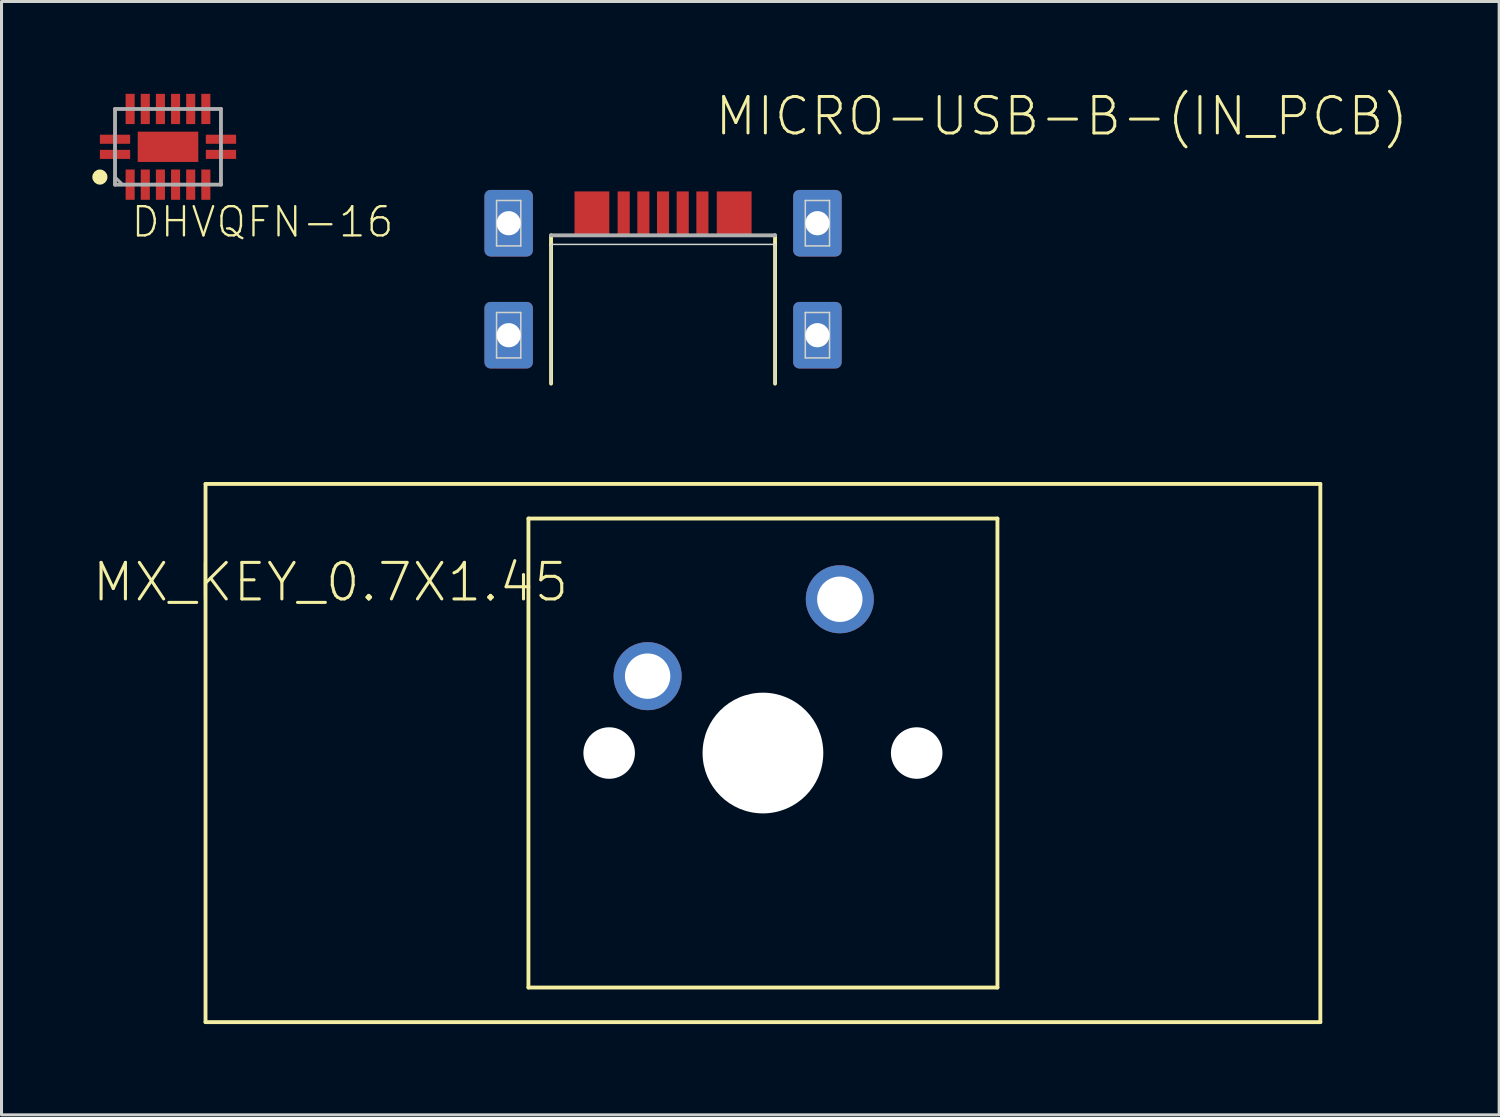
<source format=kicad_pcb>
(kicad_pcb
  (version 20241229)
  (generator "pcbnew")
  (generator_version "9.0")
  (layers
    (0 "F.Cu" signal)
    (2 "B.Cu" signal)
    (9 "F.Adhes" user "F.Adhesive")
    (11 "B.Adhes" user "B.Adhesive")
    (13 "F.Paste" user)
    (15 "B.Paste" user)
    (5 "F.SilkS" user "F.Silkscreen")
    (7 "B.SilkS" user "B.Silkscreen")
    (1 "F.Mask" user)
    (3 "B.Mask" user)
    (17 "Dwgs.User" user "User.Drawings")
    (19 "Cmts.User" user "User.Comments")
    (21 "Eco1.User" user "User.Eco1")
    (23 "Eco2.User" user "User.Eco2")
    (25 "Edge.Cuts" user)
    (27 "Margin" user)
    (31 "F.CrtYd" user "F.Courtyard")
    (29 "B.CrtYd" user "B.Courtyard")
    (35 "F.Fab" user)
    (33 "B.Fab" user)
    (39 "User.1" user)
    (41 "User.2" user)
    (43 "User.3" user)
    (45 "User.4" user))
  (footprint "MX_KEY_0.7X1.45"
    (layer "F.Cu")
    (at 22.155 21.828)
    (property "Reference" "MX_KEY_0.7X1.45" (at -6.35 -6.35 0) (layer "F.SilkS") (effects (font (size 1.206 1.206) (thickness 0.102)) (justify right top)))
    (attr through_hole)
    (fp_line (start -18.415 -8.89) (end 18.415 -8.89) (stroke (width 0.127) (type solid)) (layer "F.SilkS"))
    (fp_line (start -18.415 8.89) (end -18.415 -8.89) (stroke (width 0.127) (type solid)) (layer "F.SilkS"))
    (fp_line (start -7.747 -7.747) (end -7.747 7.747) (stroke (width 0.127) (type solid)) (layer "F.SilkS"))
    (fp_line (start -7.747 7.747) (end 7.747 7.747) (stroke (width 0.127) (type solid)) (layer "F.SilkS"))
    (fp_line (start 7.747 -7.747) (end -7.747 -7.747) (stroke (width 0.127) (type solid)) (layer "F.SilkS"))
    (fp_line (start 7.747 7.747) (end 7.747 -7.747) (stroke (width 0.127) (type solid)) (layer "F.SilkS"))
    (fp_line (start 18.415 -8.89) (end 18.415 8.89) (stroke (width 0.127) (type solid)) (layer "F.SilkS"))
    (fp_line (start 18.415 8.89) (end -18.415 8.89) (stroke (width 0.127) (type solid)) (layer "F.SilkS"))
    (pad "" np_thru_hole circle (at -5.08 0) (size 1.702 1.702) (drill 1.702) (layers "*.Cu" "*.Mask"))
    (pad "" np_thru_hole circle (at 0 0) (size 3.988 3.988) (drill 3.988) (layers "*.Cu" "*.Mask"))
    (pad "" np_thru_hole circle (at 5.08 0) (size 1.702 1.702) (drill 1.702) (layers "*.Cu" "*.Mask"))
    (pad "1" thru_hole circle (at -3.81 -2.54) (size 2.248 2.248) (drill 1.499) (layers "*.Cu" "*.Mask"))
    (pad "2" thru_hole circle (at 2.54 -5.08) (size 2.248 2.248) (drill 1.499) (layers "*.Cu" "*.Mask")))
  (footprint "DHVQFN-16"
    (layer "F.Cu")
    (at 2.5 1.8)
    (property "Reference" "DHVQFN-16" (at -1.27 3.048 0) (layer "F.SilkS") (effects (font (size 0.965 0.965) (thickness 0.077)) (justify left bottom)))
    (attr through_hole)
    (fp_poly (pts (xy -2.3 -0.05) (xy -1.2 -0.05) (xy -1.2 -0.45) (xy -2.3 -0.45)) (stroke (width 0) (type solid)) (fill yes) (layer "F.Mask"))
    (fp_poly (pts (xy -2.3 0.45) (xy -1.2 0.45) (xy -1.2 0.05) (xy -2.3 0.05)) (stroke (width 0) (type solid)) (fill yes) (layer "F.Mask"))
    (fp_poly (pts (xy -1.45 -0.7) (xy -1.05 -0.7) (xy -1.05 -1.8) (xy -1.45 -1.8)) (stroke (width 0) (type solid)) (fill yes) (layer "F.Mask"))
    (fp_poly (pts (xy -1.45 1.8) (xy -1.05 1.8) (xy -1.05 0.7) (xy -1.45 0.7)) (stroke (width 0) (type solid)) (fill yes) (layer "F.Mask"))
    (fp_poly (pts (xy -1.05 0.55) (xy 1.05 0.55) (xy 1.05 -0.55) (xy -1.05 -0.55)) (stroke (width 0) (type solid)) (fill yes) (layer "F.Mask"))
    (fp_poly (pts (xy -0.95 -0.7) (xy -0.55 -0.7) (xy -0.55 -1.8) (xy -0.95 -1.8)) (stroke (width 0) (type solid)) (fill yes) (layer "F.Mask"))
    (fp_poly (pts (xy -0.95 1.8) (xy -0.55 1.8) (xy -0.55 0.7) (xy -0.95 0.7)) (stroke (width 0) (type solid)) (fill yes) (layer "F.Mask"))
    (fp_poly (pts (xy -0.45 -0.7) (xy -0.05 -0.7) (xy -0.05 -1.8) (xy -0.45 -1.8)) (stroke (width 0) (type solid)) (fill yes) (layer "F.Mask"))
    (fp_poly (pts (xy -0.45 1.8) (xy -0.05 1.8) (xy -0.05 0.7) (xy -0.45 0.7)) (stroke (width 0) (type solid)) (fill yes) (layer "F.Mask"))
    (fp_poly (pts (xy 0.05 -0.7) (xy 0.45 -0.7) (xy 0.45 -1.8) (xy 0.05 -1.8)) (stroke (width 0) (type solid)) (fill yes) (layer "F.Mask"))
    (fp_poly (pts (xy 0.05 1.8) (xy 0.45 1.8) (xy 0.45 0.7) (xy 0.05 0.7)) (stroke (width 0) (type solid)) (fill yes) (layer "F.Mask"))
    (fp_poly (pts (xy 0.55 -0.7) (xy 0.95 -0.7) (xy 0.95 -1.8) (xy 0.55 -1.8)) (stroke (width 0) (type solid)) (fill yes) (layer "F.Mask"))
    (fp_poly (pts (xy 0.55 1.8) (xy 0.95 1.8) (xy 0.95 0.7) (xy 0.55 0.7)) (stroke (width 0) (type solid)) (fill yes) (layer "F.Mask"))
    (fp_poly (pts (xy 1.05 -0.7) (xy 1.45 -0.7) (xy 1.45 -1.8) (xy 1.05 -1.8)) (stroke (width 0) (type solid)) (fill yes) (layer "F.Mask"))
    (fp_poly (pts (xy 1.05 1.8) (xy 1.45 1.8) (xy 1.45 0.7) (xy 1.05 0.7)) (stroke (width 0) (type solid)) (fill yes) (layer "F.Mask"))
    (fp_poly (pts (xy 1.2 -0.05) (xy 2.3 -0.05) (xy 2.3 -0.45) (xy 1.2 -0.45)) (stroke (width 0) (type solid)) (fill yes) (layer "F.Mask"))
    (fp_poly (pts (xy 1.2 0.45) (xy 2.3 0.45) (xy 2.3 0.05) (xy 1.2 0.05)) (stroke (width 0) (type solid)) (fill yes) (layer "F.Mask"))
    (fp_circle (center -2.25 1) (end -2.125 1) (stroke (width 0.25) (type solid)) (fill no) (layer "F.SilkS"))
    (fp_line (start -1.75 -1.25) (end 1.75 -1.25) (stroke (width 0.127) (type solid)) (layer "F.Fab"))
    (fp_line (start -1.75 1.25) (end -1.75 -1.25) (stroke (width 0.127) (type solid)) (layer "F.Fab"))
    (fp_line (start 1.75 -1.25) (end 1.75 1.25) (stroke (width 0.127) (type solid)) (layer "F.Fab"))
    (fp_line (start 1.75 1.25) (end -1.75 1.25) (stroke (width 0.127) (type solid)) (layer "F.Fab"))
    (fp_poly (pts (xy -1.75 1.25) (xy -1.75 1) (xy -1.5 1.25)) (stroke (width 0.1) (type solid)) (fill no) (layer "F.Fab"))
    (pad "1" smd rect (at -1.75 0.25) (size 1 0.3) (layers "F.Cu" "F.Mask" "F.Paste"))
    (pad "2" smd rect (at -1.25 1.25 90) (size 1 0.3) (layers "F.Cu" "F.Mask" "F.Paste"))
    (pad "3" smd rect (at -0.75 1.25 90) (size 1 0.3) (layers "F.Cu" "F.Mask" "F.Paste"))
    (pad "4" smd rect (at -0.25 1.25 90) (size 1 0.3) (layers "F.Cu" "F.Mask" "F.Paste"))
    (pad "5" smd rect (at 0.25 1.25 90) (size 1 0.3) (layers "F.Cu" "F.Mask" "F.Paste"))
    (pad "6" smd rect (at 0.75 1.25 90) (size 1 0.3) (layers "F.Cu" "F.Mask" "F.Paste"))
    (pad "7" smd rect (at 1.25 1.25 270) (size 1 0.3) (layers "F.Cu" "F.Mask" "F.Paste"))
    (pad "8" smd rect (at 1.75 0.25 180) (size 1 0.3) (layers "F.Cu" "F.Mask" "F.Paste"))
    (pad "9" smd rect (at 1.75 -0.25 180) (size 1 0.3) (layers "F.Cu" "F.Mask" "F.Paste"))
    (pad "10" smd rect (at 1.25 -1.25 270) (size 1 0.3) (layers "F.Cu" "F.Mask" "F.Paste"))
    (pad "11" smd rect (at 0.75 -1.25 270) (size 1 0.3) (layers "F.Cu" "F.Mask" "F.Paste"))
    (pad "12" smd rect (at 0.25 -1.25 270) (size 1 0.3) (layers "F.Cu" "F.Mask" "F.Paste"))
    (pad "13" smd rect (at -0.25 -1.25 270) (size 1 0.3) (layers "F.Cu" "F.Mask" "F.Paste"))
    (pad "14" smd rect (at -0.75 -1.25 90) (size 1 0.3) (layers "F.Cu" "F.Mask" "F.Paste"))
    (pad "15" smd rect (at -1.25 -1.25 270) (size 1 0.3) (layers "F.Cu" "F.Mask" "F.Paste"))
    (pad "16" smd rect (at -1.75 -0.25) (size 1 0.3) (layers "F.Cu" "F.Mask" "F.Paste"))
    (pad "PGND" smd rect (at 0 0) (size 2 1) (layers "F.Cu" "F.Mask" "F.Paste")))
  (footprint "MICRO-USB-B-(IN_PCB)"
    (layer "F.Cu")
    (at 18.855 9.624)
    (property "Reference" "MICRO-USB-B-(IN_PCB)" (at 1.651 -8.128 180) (layer "F.SilkS") (effects (font (size 1.206 1.206) (thickness 0.097)) (justify left bottom)))
    (attr through_hole)
    (fp_line (start -3.7 -4.6) (end -3.7 -4.9) (stroke (width 0.127) (type solid)) (layer "F.SilkS"))
    (fp_line (start -3.7 0) (end -3.7 -4.6) (stroke (width 0.127) (type solid)) (layer "F.SilkS"))
    (fp_line (start 3.7 -4.9) (end 3.7 -4.6) (stroke (width 0.127) (type solid)) (layer "F.SilkS"))
    (fp_line (start 3.7 -4.6) (end 3.7 0) (stroke (width 0.127) (type solid)) (layer "F.SilkS"))
    (fp_line (start -5.5 -6.05) (end -4.7 -6.05) (stroke (width 0.05) (type solid)) (layer "Edge.Cuts"))
    (fp_line (start -5.5 -4.55) (end -5.5 -6.05) (stroke (width 0.05) (type solid)) (layer "Edge.Cuts"))
    (fp_line (start -5.5 -2.35) (end -4.7 -2.35) (stroke (width 0.05) (type solid)) (layer "Edge.Cuts"))
    (fp_line (start -5.5 -0.85) (end -5.5 -2.35) (stroke (width 0.05) (type solid)) (layer "Edge.Cuts"))
    (fp_line (start -4.7 -6.05) (end -4.7 -4.55) (stroke (width 0.05) (type solid)) (layer "Edge.Cuts"))
    (fp_line (start -4.7 -4.55) (end -5.5 -4.55) (stroke (width 0.05) (type solid)) (layer "Edge.Cuts"))
    (fp_line (start -4.7 -2.35) (end -4.7 -0.85) (stroke (width 0.05) (type solid)) (layer "Edge.Cuts"))
    (fp_line (start -4.7 -0.85) (end -5.5 -0.85) (stroke (width 0.05) (type solid)) (layer "Edge.Cuts"))
    (fp_line (start -3.7 -4.6) (end 3.7 -4.6) (stroke (width 0.05) (type solid)) (layer "Edge.Cuts"))
    (fp_line (start -3.7 0) (end -3.7 -4.6) (stroke (width 0.05) (type solid)) (layer "Edge.Cuts"))
    (fp_line (start 3.7 -4.6) (end 3.7 0) (stroke (width 0.05) (type solid)) (layer "Edge.Cuts"))
    (fp_line (start 4.7 -6.05) (end 5.5 -6.05) (stroke (width 0.05) (type solid)) (layer "Edge.Cuts"))
    (fp_line (start 4.7 -4.55) (end 4.7 -6.05) (stroke (width 0.05) (type solid)) (layer "Edge.Cuts"))
    (fp_line (start 4.7 -2.35) (end 5.5 -2.35) (stroke (width 0.05) (type solid)) (layer "Edge.Cuts"))
    (fp_line (start 4.7 -0.85) (end 4.7 -2.35) (stroke (width 0.05) (type solid)) (layer "Edge.Cuts"))
    (fp_line (start 5.5 -6.05) (end 5.5 -4.55) (stroke (width 0.05) (type solid)) (layer "Edge.Cuts"))
    (fp_line (start 5.5 -4.55) (end 4.7 -4.55) (stroke (width 0.05) (type solid)) (layer "Edge.Cuts"))
    (fp_line (start 5.5 -2.35) (end 5.5 -0.85) (stroke (width 0.05) (type solid)) (layer "Edge.Cuts"))
    (fp_line (start 5.5 -0.85) (end 4.7 -0.85) (stroke (width 0.05) (type solid)) (layer "Edge.Cuts"))
    (fp_line (start -3.7 -4.9) (end 3.7 -4.9) (stroke (width 0.127) (type solid)) (layer "F.Fab"))
    (pad "D+" smd rect (at 0 -5.6 90) (size 1.5 0.4) (layers "F.Cu" "F.Mask" "F.Paste"))
    (pad "D-" smd rect (at -0.65 -5.6 90) (size 1.5 0.4) (layers "F.Cu" "F.Mask" "F.Paste"))
    (pad "GND" smd rect (at 1.3 -5.6 90) (size 1.5 0.4) (layers "F.Cu" "F.Mask" "F.Paste"))
    (pad "ID" smd rect (at 0.65 -5.6 90) (size 1.5 0.4) (layers "F.Cu" "F.Mask" "F.Paste"))
    (pad "P$1" smd roundrect (at -5.1 -5.3 90) (size 2.2 1.6) (layers "F.Cu" "F.Mask" "F.Paste") (roundrect_rratio 0.125))
    (pad "P$2" smd roundrect (at -5.1 -1.6 90) (size 2.2 1.6) (layers "F.Cu" "F.Mask" "F.Paste") (roundrect_rratio 0.125))
    (pad "P$3" smd roundrect (at 5.1 -1.6 90) (size 2.2 1.6) (layers "F.Cu" "F.Mask" "F.Paste") (roundrect_rratio 0.125))
    (pad "P$4" smd roundrect (at 5.1 -5.3 90) (size 2.2 1.6) (layers "F.Cu" "F.Mask" "F.Paste") (roundrect_rratio 0.125))
    (pad "P$5" thru_hole circle (at -5.1 -1.6) (size 1.308 1.308) (drill 0.8) (layers "*.Cu" "*.Mask"))
    (pad "P$6" thru_hole circle (at -5.1 -5.3) (size 1.308 1.308) (drill 0.8) (layers "*.Cu" "*.Mask"))
    (pad "P$7" thru_hole circle (at 5.1 -5.3) (size 1.308 1.308) (drill 0.8) (layers "*.Cu" "*.Mask"))
    (pad "P$8" thru_hole circle (at 5.1 -1.6) (size 1.308 1.308) (drill 0.8) (layers "*.Cu" "*.Mask"))
    (pad "P$10" smd rect (at -2.35 -5.6 90) (size 1.5 1.15) (layers "F.Cu" "F.Mask" "F.Paste"))
    (pad "P$11" smd rect (at 2.35 -5.6 90) (size 1.5 1.15) (layers "F.Cu" "F.Mask" "F.Paste"))
    (pad "P$12" smd roundrect (at 5.1 -5.3 90) (size 2.2 1.6) (layers "B.Cu" "B.Mask" "B.Paste") (roundrect_rratio 0.125))
    (pad "P$13" smd roundrect (at 5.1 -1.6 90) (size 2.2 1.6) (layers "B.Cu" "B.Mask" "B.Paste") (roundrect_rratio 0.125))
    (pad "P$14" smd roundrect (at -5.1 -1.6 90) (size 2.2 1.6) (layers "B.Cu" "B.Mask" "B.Paste") (roundrect_rratio 0.125))
    (pad "P$15" smd roundrect (at -5.1 -5.3 90) (size 2.2 1.6) (layers "B.Cu" "B.Mask" "B.Paste") (roundrect_rratio 0.125))
    (pad "VCC" smd rect (at -1.3 -5.6 90) (size 1.5 0.4) (layers "F.Cu" "F.Mask" "F.Paste")))
  (gr_rect
    (start -3 -3)
    (end 46.478 33.781)
    (stroke (width 0.1) (type default))
    (fill no)
    (layer "Edge.Cuts")))
</source>
